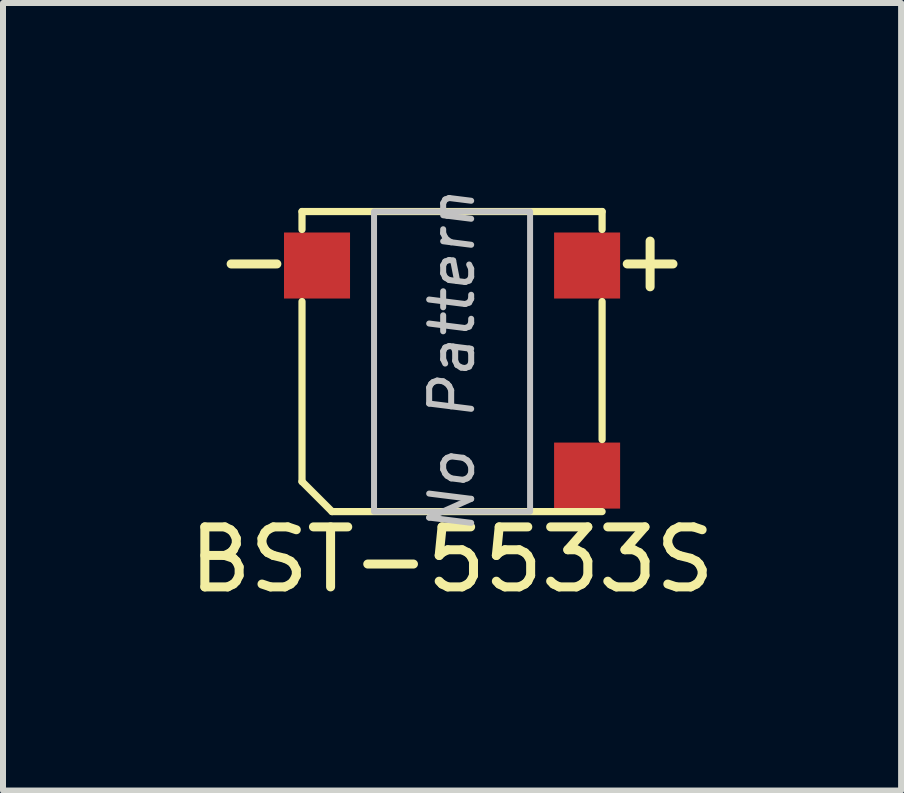
<source format=kicad_pcb>
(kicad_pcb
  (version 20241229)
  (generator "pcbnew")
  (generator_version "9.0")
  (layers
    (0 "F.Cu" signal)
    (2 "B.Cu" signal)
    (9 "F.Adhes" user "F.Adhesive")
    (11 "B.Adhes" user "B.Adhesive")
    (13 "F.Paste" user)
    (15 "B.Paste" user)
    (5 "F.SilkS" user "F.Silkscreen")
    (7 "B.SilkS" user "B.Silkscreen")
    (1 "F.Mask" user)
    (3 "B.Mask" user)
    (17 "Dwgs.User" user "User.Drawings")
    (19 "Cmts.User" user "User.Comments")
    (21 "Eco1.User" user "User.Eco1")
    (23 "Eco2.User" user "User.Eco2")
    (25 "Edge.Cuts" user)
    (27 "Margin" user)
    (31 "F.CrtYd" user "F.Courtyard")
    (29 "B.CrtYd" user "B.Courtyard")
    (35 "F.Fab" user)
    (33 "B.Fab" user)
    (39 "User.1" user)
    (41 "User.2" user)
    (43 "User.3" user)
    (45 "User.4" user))
  (footprint "BST-5533S"
    (layer "F.Cu")
    (at 4.482 2.974)
    (property "Reference" "BST-5533S" (at 0 3.3 0) (layer "F.SilkS") (effects (font (size 1 1) (thickness 0.15))))
    (attr through_hole)
    (fp_line (start -2.5 -2.5) (end -2.5 -2.2) (stroke (width 0.12) (type solid)) (layer "F.SilkS"))
    (fp_line (start -2.5 -2.5) (end 2.5 -2.5) (stroke (width 0.12) (type solid)) (layer "F.SilkS"))
    (fp_line (start -2.5 2) (end -2.5 -1) (stroke (width 0.12) (type solid)) (layer "F.SilkS"))
    (fp_line (start -2 2.5) (end -2.5 2) (stroke (width 0.12) (type solid)) (layer "F.SilkS"))
    (fp_line (start 2.5 -2.5) (end 2.5 -2.2) (stroke (width 0.12) (type solid)) (layer "F.SilkS"))
    (fp_line (start 2.5 -1) (end 2.5 1.3) (stroke (width 0.12) (type solid)) (layer "F.SilkS"))
    (fp_line (start 2.5 2.5) (end -2 2.5) (stroke (width 0.12) (type solid)) (layer "F.SilkS"))
    (fp_poly (pts (xy 1.3 2.5) (xy -1.3 2.5) (xy -1.3 -2.5) (xy 1.3 -2.5)) (stroke (width 0.1) (type solid)) (fill no) (layer "Dwgs.User"))
    (fp_text user "-" (at -3.3 -1.7 0) (layer "F.SilkS") (effects (font (size 1 1) (thickness 0.15))))
    (fp_text user "+" (at 3.3 -1.7 0) (layer "F.SilkS") (effects (font (size 1 1) (thickness 0.15))))
    (fp_text user "No Pattern" (at 0 0 90) (layer "Dwgs.User") (effects (font (size 0.7 0.7) (thickness 0.1) (italic yes))))
    (pad "" smd rect (at 2.25 1.9) (size 1.1 1.1) (layers "F.Cu" "F.Mask" "F.Paste"))
    (pad "1" smd rect (at 2.25 -1.6) (size 1.1 1.1) (layers "F.Cu" "F.Mask" "F.Paste"))
    (pad "2" smd rect (at -2.25 -1.6) (size 1.1 1.1) (layers "F.Cu" "F.Mask" "F.Paste")))
  (gr_rect
    (start -3 -3)
    (end 11.964 10.122)
    (stroke (width 0.1) (type default))
    (fill no)
    (layer "Edge.Cuts")))
</source>
